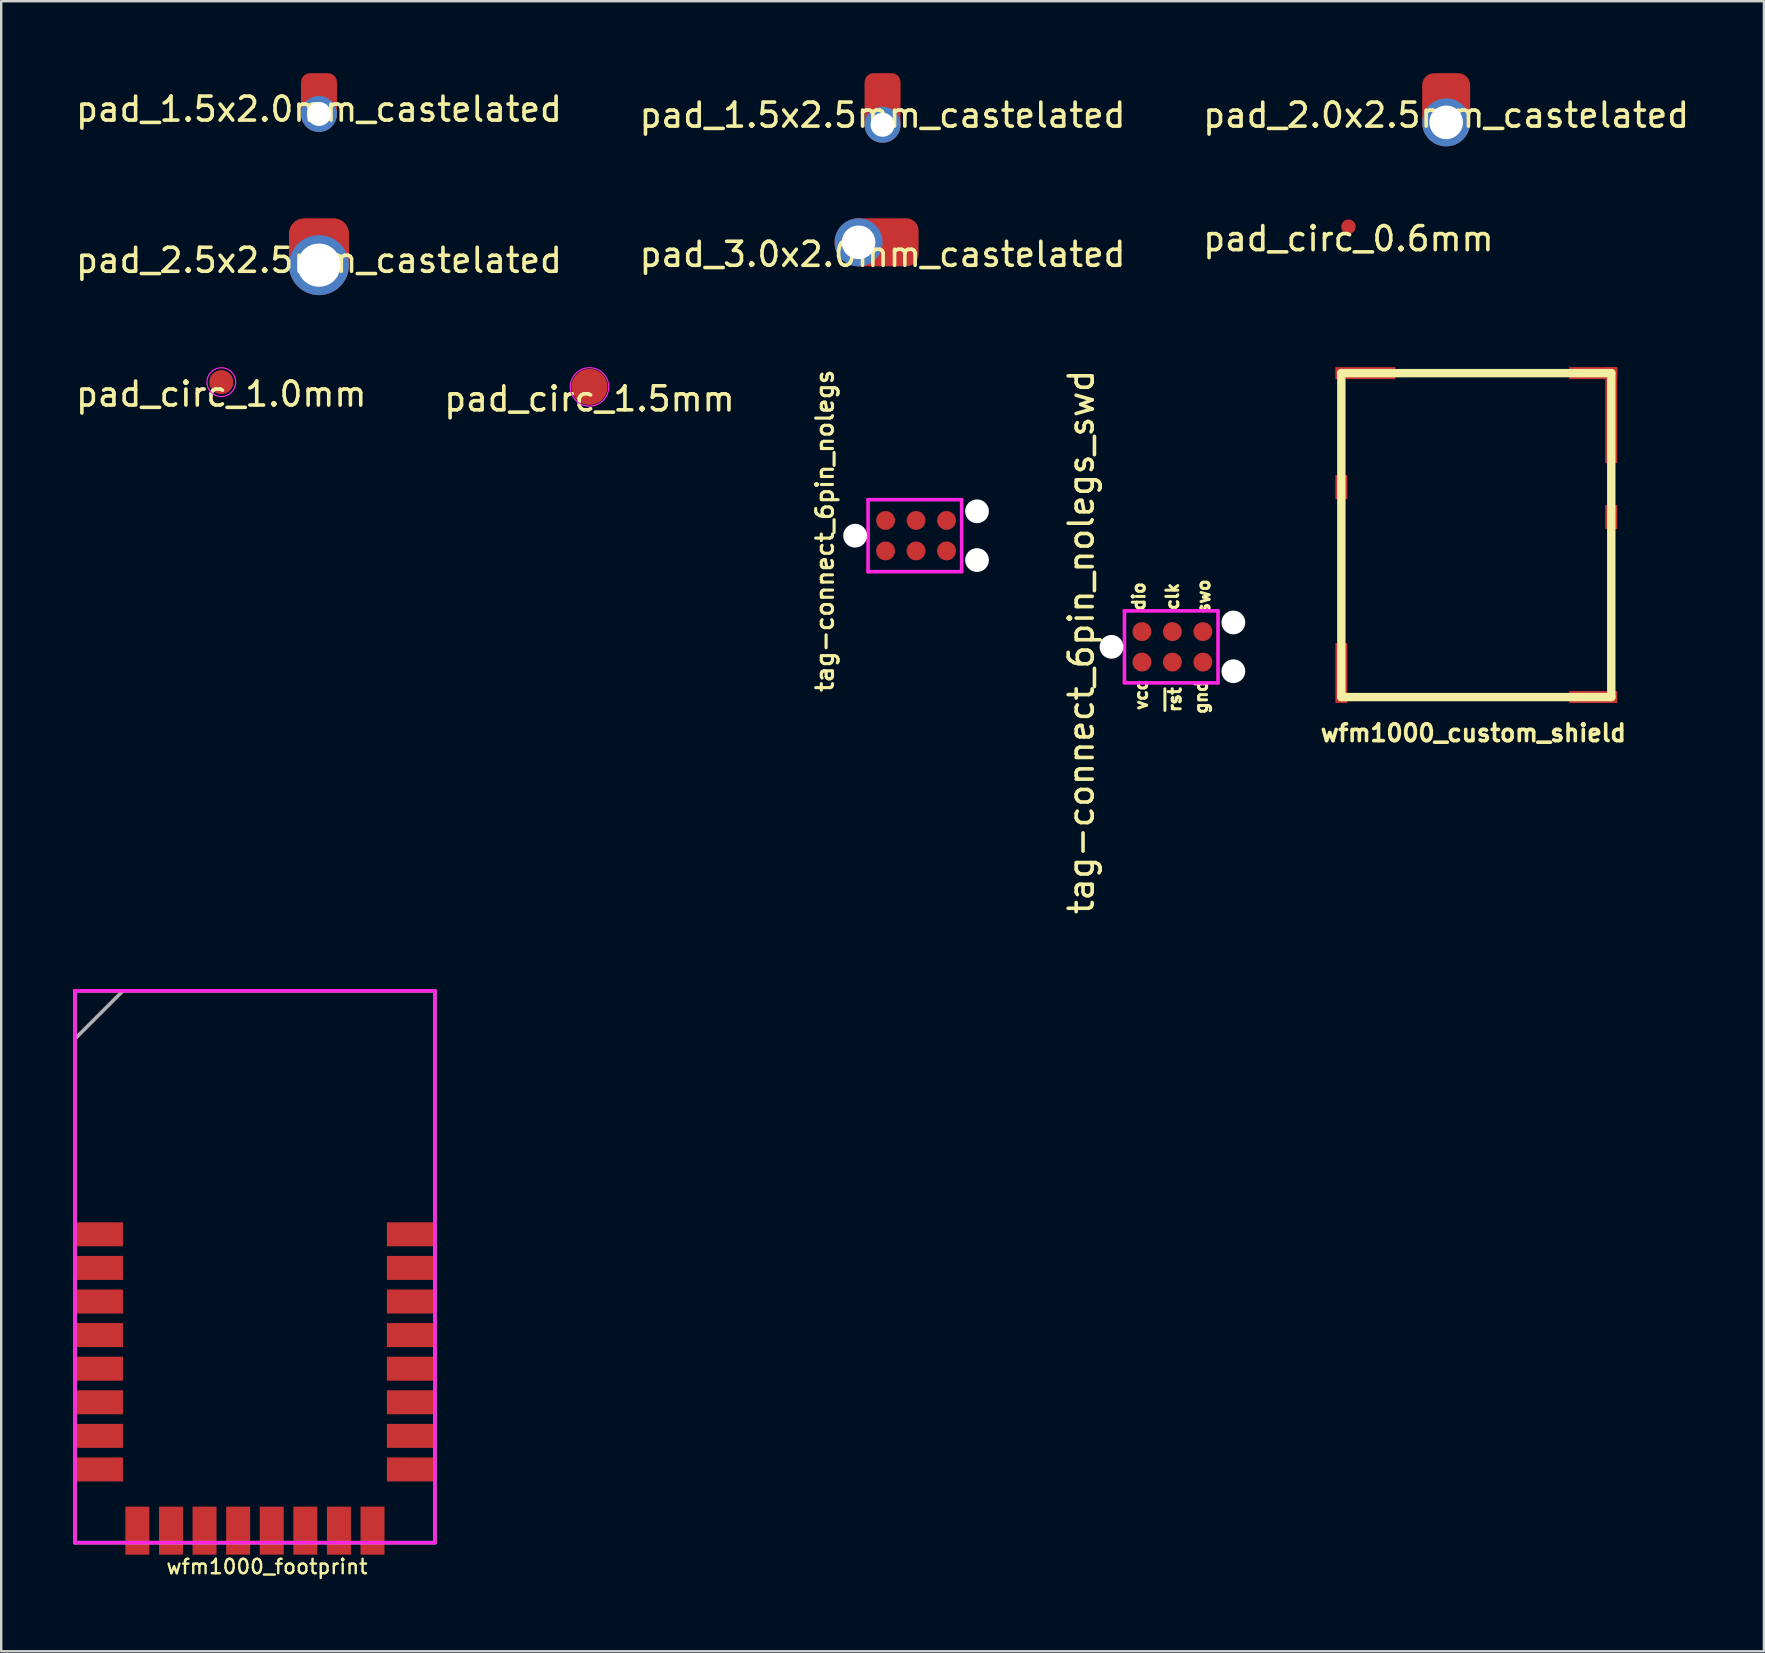
<source format=kicad_pcb>
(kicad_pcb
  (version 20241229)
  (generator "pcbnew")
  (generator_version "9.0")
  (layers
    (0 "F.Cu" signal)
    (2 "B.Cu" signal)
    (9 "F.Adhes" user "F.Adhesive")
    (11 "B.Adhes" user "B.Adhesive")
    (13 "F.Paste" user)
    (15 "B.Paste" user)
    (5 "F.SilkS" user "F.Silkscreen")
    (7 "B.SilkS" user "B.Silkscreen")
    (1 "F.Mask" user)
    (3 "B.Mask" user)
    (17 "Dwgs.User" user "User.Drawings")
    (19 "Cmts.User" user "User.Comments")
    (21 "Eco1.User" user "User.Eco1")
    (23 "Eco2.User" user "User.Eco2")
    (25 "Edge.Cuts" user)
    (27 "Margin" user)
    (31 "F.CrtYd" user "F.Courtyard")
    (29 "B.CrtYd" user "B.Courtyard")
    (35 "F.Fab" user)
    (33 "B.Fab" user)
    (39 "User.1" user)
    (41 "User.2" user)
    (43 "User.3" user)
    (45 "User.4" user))
  (footprint "pad_circ_0.6mm"
    (layer "F.Cu")
    (at 53.149 6.398)
    (property "Reference" "pad_circ_0.6mm" (at 0 0.5 0) (layer "F.SilkS") (effects (font (size 1 1) (thickness 0.15))))
    (attr through_hole)
    (pad "1" smd circle (at 0 0) (size 0.6 0.6) (layers "F.Cu" "F.Mask")))
  (footprint "pad_1.5x2.0mm_castelated"
    (layer "F.Cu")
    (at 10.244 1)
    (property "Reference" "pad_1.5x2.0mm_castelated" (at 0 0.5 0) (layer "F.SilkS") (effects (font (size 1 1) (thickness 0.15))))
    (attr through_hole)
    (pad "1" smd roundrect (at 0 0) (size 1.5 2) (layers "F.Cu" "F.Mask") (roundrect_rratio 0.25))
    (pad "1" thru_hole circle (at 0 0.7) (size 1.5 1.5) (drill 1) (layers "*.Cu" "*.Mask")))
  (footprint "pad_circ_1.5mm"
    (layer "F.Cu")
    (at 21.518 13.075)
    (property "Reference" "pad_circ_1.5mm" (at 0 0.5 0) (layer "F.SilkS") (effects (font (size 1 1) (thickness 0.15))))
    (attr through_hole)
    (fp_circle (center 0 0) (end 0.8 0) (stroke (width 0.05) (type solid)) (fill no) (layer "F.CrtYd"))
    (pad "1" smd circle (at 0 0) (size 1.5 1.5) (layers "F.Cu" "F.Mask")))
  (footprint "pad_3.0x2.0mm_castelated"
    (layer "F.Cu")
    (at 33.732 7.05)
    (property "Reference" "pad_3.0x2.0mm_castelated" (at 0 0.5 0) (layer "F.SilkS") (effects (font (size 1 1) (thickness 0.15))))
    (attr through_hole)
    (pad "1" thru_hole circle (at -1 0) (size 2 2) (drill 1.4) (layers "*.Cu" "*.Mask"))
    (pad "1" smd roundrect (at 0 0) (size 3 2) (layers "F.Cu" "F.Mask") (roundrect_rratio 0.25)))
  (footprint "pad_2.5x2.5mm_castelated"
    (layer "F.Cu")
    (at 10.244 7.3)
    (property "Reference" "pad_2.5x2.5mm_castelated" (at 0 0.5 0) (layer "F.SilkS") (effects (font (size 1 1) (thickness 0.15))))
    (attr through_hole)
    (pad "1" smd roundrect (at 0 0) (size 2.5 2.5) (layers "F.Cu" "F.Mask") (roundrect_rratio 0.25))
    (pad "1" thru_hole circle (at 0 0.7) (size 2.5 2.5) (drill 1.8) (layers "*.Cu" "*.Mask")))
  (footprint "pad_circ_1.0mm"
    (layer "F.Cu")
    (at 6.173 12.875)
    (property "Reference" "pad_circ_1.0mm" (at 0 0.5 0) (layer "F.SilkS") (effects (font (size 1 1) (thickness 0.15))))
    (attr through_hole)
    (fp_circle (center 0 0) (end 0.6 0) (stroke (width 0.05) (type solid)) (fill no) (layer "F.CrtYd"))
    (pad "1" smd circle (at 0 0) (size 1 1) (layers "F.Cu" "F.Mask")))
  (footprint "tag-connect_6pin_nolegs_swd"
    (layer "F.Cu")
    (at 45.812 23.908)
    (property "Reference" "tag-connect_6pin_nolegs_swd" (at -3.8 -0.2 90) (layer "F.SilkS") (effects (font (size 1 1) (thickness 0.15))))
    (attr through_hole)
    (fp_line (start -2 -1.5) (end 1.9 -1.5) (stroke (width 0.15) (type solid)) (layer "F.CrtYd"))
    (fp_line (start -2 1.5) (end -2 -1.5) (stroke (width 0.15) (type solid)) (layer "F.CrtYd"))
    (fp_line (start 1.9 -1.5) (end 1.9 1.5) (stroke (width 0.15) (type solid)) (layer "F.CrtYd"))
    (fp_line (start 1.9 1.5) (end -2 1.5) (stroke (width 0.15) (type solid)) (layer "F.CrtYd"))
    (fp_text user "dio" (at -1.4 -2.1 90) (layer "F.SilkS") (effects (font (size 0.5 0.5) (thickness 0.125))))
    (fp_text user "vcc" (at -1.3 2 90) (layer "F.SilkS") (effects (font (size 0.5 0.5) (thickness 0.125))))
    (fp_text user "~{rst}" (at 0.1 2.2 90) (layer "F.SilkS") (effects (font (size 0.5 0.5) (thickness 0.125))))
    (fp_text user "gnd" (at 1.2 2.1 90) (layer "F.SilkS") (effects (font (size 0.5 0.5) (thickness 0.125))))
    (fp_text user "swo" (at 1.3 -2.1 90) (layer "F.SilkS") (effects (font (size 0.5 0.5) (thickness 0.125))))
    (fp_text user "clk" (at 0 -2.1 90) (layer "F.SilkS") (effects (font (size 0.5 0.5) (thickness 0.125))))
    (pad "" np_thru_hole circle (at -2.54 0) (size 0.991 0.991) (drill 0.991) (layers "*.Cu" "*.Mask"))
    (pad "" np_thru_hole circle (at 2.54 -1.016) (size 0.991 0.991) (drill 0.991) (layers "*.Cu" "*.Mask"))
    (pad "" np_thru_hole circle (at 2.54 1.016) (size 0.991 0.991) (drill 0.991) (layers "*.Cu" "*.Mask"))
    (pad "1" smd circle (at -1.27 0.635) (size 0.787 0.787) (layers "F.Cu" "F.Mask"))
    (pad "2" smd circle (at -1.27 -0.635) (size 0.787 0.787) (layers "F.Cu" "F.Mask"))
    (pad "3" smd circle (at 0 0.635) (size 0.787 0.787) (layers "F.Cu" "F.Mask"))
    (pad "4" smd circle (at 0 -0.635) (size 0.787 0.787) (layers "F.Cu" "F.Mask"))
    (pad "5" smd circle (at 1.27 0.635) (size 0.787 0.787) (layers "F.Cu" "F.Mask"))
    (pad "6" smd circle (at 1.27 -0.635) (size 0.787 0.787) (layers "F.Cu" "F.Mask")))
  (footprint "wfm1000_footprint"
    (layer "F.Cu")
    (at 7.575 60.742)
    (property "Reference" "wfm1000_footprint" (at 0.5 1.5 0) (layer "F.SilkS") (effects (font (size 0.6 0.6) (thickness 0.1))))
    (attr through_hole)
    (fp_line (start -7.5 -22.5) (end 7.5 -22.5) (stroke (width 0.15) (type solid)) (layer "F.CrtYd"))
    (fp_line (start -7.5 0.5) (end -7.5 -22.5) (stroke (width 0.15) (type solid)) (layer "F.CrtYd"))
    (fp_line (start 7.5 -22.5) (end 7.5 0.5) (stroke (width 0.15) (type solid)) (layer "F.CrtYd"))
    (fp_line (start 7.5 -13.5) (end 7.5 -13.5) (stroke (width 0.15) (type solid)) (layer "F.CrtYd"))
    (fp_line (start 7.5 0.5) (end -7.5 0.5) (stroke (width 0.15) (type solid)) (layer "F.CrtYd"))
    (fp_line (start -7.5 -22.5) (end 7.5 -22.5) (stroke (width 0.15) (type solid)) (layer "F.Fab"))
    (fp_line (start -7.5 -20.5) (end -5.5 -22.5) (stroke (width 0.15) (type solid)) (layer "F.Fab"))
    (fp_line (start -7.5 0.5) (end -7.5 -22.5) (stroke (width 0.15) (type solid)) (layer "F.Fab"))
    (fp_line (start 7.5 -22.5) (end 7.5 0.5) (stroke (width 0.15) (type solid)) (layer "F.Fab"))
    (fp_line (start 7.5 0.5) (end -7.5 0.5) (stroke (width 0.15) (type solid)) (layer "F.Fab"))
    (pad "1" smd rect (at -6.5 -12.35 180) (size 2 1) (layers "F.Cu" "F.Mask"))
    (pad "2" smd rect (at -6.5 -10.95 180) (size 2 1) (layers "F.Cu" "F.Mask"))
    (pad "3" smd rect (at -6.5 -9.55 180) (size 2 1) (layers "F.Cu" "F.Mask"))
    (pad "4" smd rect (at -6.5 -8.15 180) (size 2 1) (layers "F.Cu" "F.Mask"))
    (pad "5" smd rect (at -6.5 -6.75 180) (size 2 1) (layers "F.Cu" "F.Mask"))
    (pad "6" smd rect (at -6.5 -5.35 180) (size 2 1) (layers "F.Cu" "F.Mask"))
    (pad "7" smd rect (at -6.5 -3.95 180) (size 2 1) (layers "F.Cu" "F.Mask"))
    (pad "8" smd rect (at -6.5 -2.55 180) (size 2 1) (layers "F.Cu" "F.Mask"))
    (pad "9" smd rect (at -4.9 0 180) (size 1 2) (layers "F.Cu" "F.Mask"))
    (pad "10" smd rect (at -3.5 0 180) (size 1 2) (layers "F.Cu" "F.Mask"))
    (pad "11" smd rect (at -2.1 0 180) (size 1 2) (layers "F.Cu" "F.Mask"))
    (pad "12" smd rect (at -0.7 0 180) (size 1 2) (layers "F.Cu" "F.Mask"))
    (pad "13" smd rect (at 0.7 0 180) (size 1 2) (layers "F.Cu" "F.Mask"))
    (pad "14" smd rect (at 2.1 0 180) (size 1 2) (layers "F.Cu" "F.Mask"))
    (pad "15" smd rect (at 3.5 0 180) (size 1 2) (layers "F.Cu" "F.Mask"))
    (pad "16" smd rect (at 4.9 0 180) (size 1 2) (layers "F.Cu" "F.Mask"))
    (pad "17" smd rect (at 6.5 -2.55 180) (size 2 1) (layers "F.Cu" "F.Mask"))
    (pad "18" smd rect (at 6.5 -3.95 180) (size 2 1) (layers "F.Cu" "F.Mask"))
    (pad "19" smd rect (at 6.5 -5.35 180) (size 2 1) (layers "F.Cu" "F.Mask"))
    (pad "20" smd rect (at 6.5 -6.75 180) (size 2 1) (layers "F.Cu" "F.Mask"))
    (pad "21" smd rect (at 6.5 -8.15 180) (size 2 1) (layers "F.Cu" "F.Mask"))
    (pad "22" smd rect (at 6.5 -9.55 180) (size 2 1) (layers "F.Cu" "F.Mask"))
    (pad "23" smd rect (at 6.5 -10.95 180) (size 2 1) (layers "F.Cu" "F.Mask"))
    (pad "24" smd rect (at 6.5 -12.35 180) (size 2 1) (layers "F.Cu" "F.Mask")))
  (footprint "wfm1000_custom_shield"
    (layer "F.Cu")
    (at 58.477 19.25)
    (property "Reference" "wfm1000_custom_shield" (at -0.125 8.25 0) (layer "F.SilkS") (effects (font (size 0.7 0.7) (thickness 0.15))))
    (attr exclude_from_pos_files exclude_from_bom)
    (fp_line (start -5.625 -6.75) (end 5.625 -6.75) (stroke (width 0.35) (type solid)) (layer "F.SilkS"))
    (fp_line (start -5.625 6.75) (end -5.625 -6.75) (stroke (width 0.35) (type solid)) (layer "F.SilkS"))
    (fp_line (start 5.625 -6.75) (end 5.625 6.75) (stroke (width 0.35) (type solid)) (layer "F.SilkS"))
    (fp_line (start 5.625 6.75) (end -5.625 6.75) (stroke (width 0.35) (type solid)) (layer "F.SilkS"))
    (pad "1" smd rect (at -5.625 -2 90) (size 1 0.5) (layers "F.Cu" "F.Mask"))
    (pad "1" smd rect (at -5.625 5.75 90) (size 2.5 0.5) (layers "F.Cu" "F.Mask"))
    (pad "1" smd rect (at -4.625 -6.75 90) (size 0.5 2.5) (layers "F.Cu" "F.Mask"))
    (pad "1" smd rect (at 4.875 -6.75) (size 2 0.5) (layers "F.Cu" "F.Mask"))
    (pad "1" smd rect (at 4.875 6.75) (size 2 0.5) (layers "F.Cu" "F.Mask"))
    (pad "1" smd rect (at 5.625 -5) (size 0.5 4) (layers "F.Cu" "F.Mask"))
    (pad "1" smd rect (at 5.625 -0.75 90) (size 1 0.5) (layers "F.Cu" "F.Mask" "F.Paste")))
  (footprint "pad_1.5x2.5mm_castelated"
    (layer "F.Cu")
    (at 33.732 1.25)
    (property "Reference" "pad_1.5x2.5mm_castelated" (at 0 0.5 0) (layer "F.SilkS") (effects (font (size 1 1) (thickness 0.15))))
    (attr through_hole)
    (pad "1" smd roundrect (at 0 0) (size 1.5 2.5) (layers "F.Cu" "F.Mask") (roundrect_rratio 0.25))
    (pad "1" thru_hole circle (at 0 0.9) (size 1.5 1.5) (drill 1) (layers "*.Cu" "*.Mask")))
  (footprint "tag-connect_6pin_nolegs"
    (layer "F.Cu")
    (at 35.128 19.275)
    (property "Reference" "tag-connect_6pin_nolegs" (at -3.8 -0.2 90) (layer "F.SilkS") (effects (font (size 0.7 0.7) (thickness 0.13))))
    (attr through_hole)
    (fp_line (start -2 -1.5) (end 1.9 -1.5) (stroke (width 0.15) (type solid)) (layer "F.CrtYd"))
    (fp_line (start -2 1.5) (end -2 -1.5) (stroke (width 0.15) (type solid)) (layer "F.CrtYd"))
    (fp_line (start 1.9 -1.5) (end 1.9 1.5) (stroke (width 0.15) (type solid)) (layer "F.CrtYd"))
    (fp_line (start 1.9 1.5) (end -2 1.5) (stroke (width 0.15) (type solid)) (layer "F.CrtYd"))
    (pad "" np_thru_hole circle (at -2.54 0) (size 0.991 0.991) (drill 0.991) (layers "*.Cu" "*.Mask"))
    (pad "" np_thru_hole circle (at 2.54 -1.016) (size 0.991 0.991) (drill 0.991) (layers "*.Cu" "*.Mask"))
    (pad "" np_thru_hole circle (at 2.54 1.016) (size 0.991 0.991) (drill 0.991) (layers "*.Cu" "*.Mask"))
    (pad "1" smd circle (at -1.27 0.635) (size 0.787 0.787) (layers "F.Cu" "F.Mask"))
    (pad "2" smd circle (at -1.27 -0.635) (size 0.787 0.787) (layers "F.Cu" "F.Mask"))
    (pad "3" smd circle (at 0 0.635) (size 0.787 0.787) (layers "F.Cu" "F.Mask"))
    (pad "4" smd circle (at 0 -0.635) (size 0.787 0.787) (layers "F.Cu" "F.Mask"))
    (pad "5" smd circle (at 1.27 0.635) (size 0.787 0.787) (layers "F.Cu" "F.Mask"))
    (pad "6" smd circle (at 1.27 -0.635) (size 0.787 0.787) (layers "F.Cu" "F.Mask")))
  (footprint "pad_2.0x2.5mm_castelated"
    (layer "F.Cu")
    (at 57.22 1.25)
    (property "Reference" "pad_2.0x2.5mm_castelated" (at 0 0.5 0) (layer "F.SilkS") (effects (font (size 1 1) (thickness 0.15))))
    (attr through_hole)
    (pad "1" smd roundrect (at 0 0) (size 2 2.5) (layers "F.Cu" "F.Mask") (roundrect_rratio 0.25))
    (pad "1" thru_hole circle (at 0 0.8) (size 2 2) (drill 1.4) (layers "*.Cu" "*.Mask")))
  (gr_rect
    (start -3 -3)
    (end 70.464 65.768)
    (stroke (width 0.1) (type default))
    (fill no)
    (layer "Edge.Cuts")))
</source>
